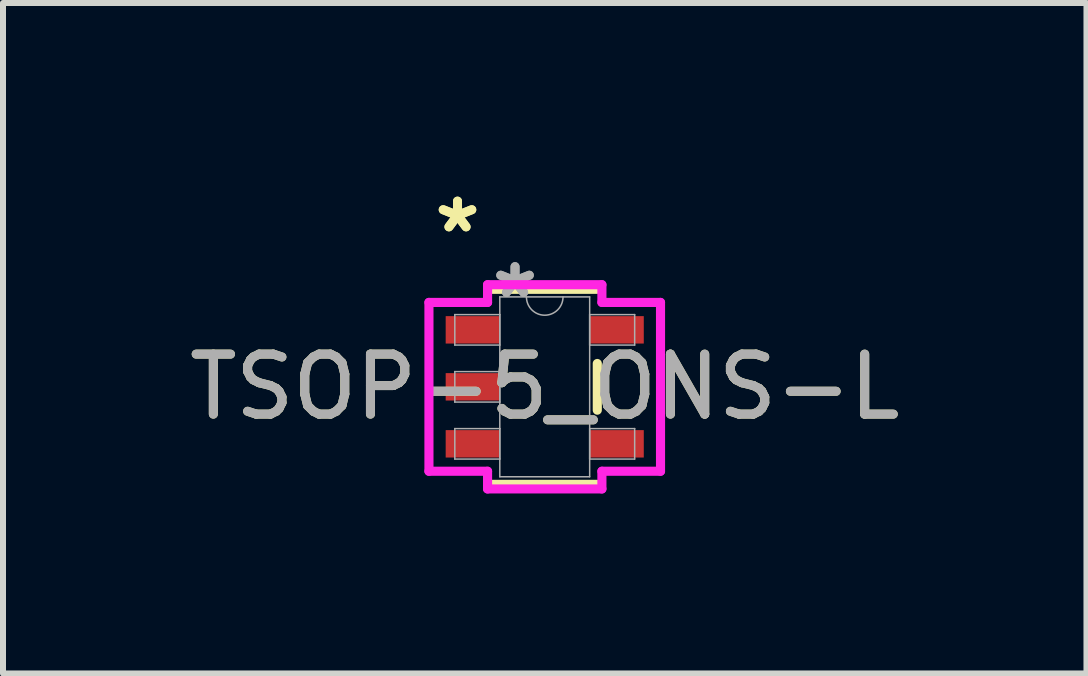
<source format=kicad_pcb>
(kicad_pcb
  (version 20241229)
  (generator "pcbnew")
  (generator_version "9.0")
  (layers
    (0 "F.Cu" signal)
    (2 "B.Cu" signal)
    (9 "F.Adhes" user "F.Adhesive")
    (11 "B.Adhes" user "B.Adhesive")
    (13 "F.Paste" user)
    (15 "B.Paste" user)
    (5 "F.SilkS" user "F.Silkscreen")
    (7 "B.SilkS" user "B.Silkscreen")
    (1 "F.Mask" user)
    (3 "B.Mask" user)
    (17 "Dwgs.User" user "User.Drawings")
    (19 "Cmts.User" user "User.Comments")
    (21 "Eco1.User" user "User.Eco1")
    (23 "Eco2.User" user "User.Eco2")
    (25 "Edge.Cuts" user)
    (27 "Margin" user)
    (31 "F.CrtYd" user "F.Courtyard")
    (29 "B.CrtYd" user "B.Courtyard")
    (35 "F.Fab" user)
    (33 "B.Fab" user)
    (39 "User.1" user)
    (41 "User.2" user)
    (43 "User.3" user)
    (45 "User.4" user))
  (footprint "TSOP-5_ONS-L"
    (layer "F.Cu")
    (at 6.03 3.398)
    (property "Reference" "TSOP-5_ONS-L" (at 0 0 0) (unlocked yes) (layer "F.SilkS") (effects (font (size 1 1) (thickness 0.15))))
    (attr smd)
    (fp_line (start -0.876 1.626) (end 0.876 1.626) (stroke (width 0.152) (type solid)) (layer "F.SilkS"))
    (fp_line (start 0.876 -1.626) (end -0.876 -1.626) (stroke (width 0.152) (type solid)) (layer "F.SilkS"))
    (fp_line (start 0.876 0.389) (end 0.876 -0.389) (stroke (width 0.152) (type solid)) (layer "F.SilkS"))
    (fp_line (start -1.93 -1.407) (end -0.953 -1.407) (stroke (width 0.152) (type solid)) (layer "F.CrtYd"))
    (fp_line (start -1.93 1.407) (end -1.93 -1.407) (stroke (width 0.152) (type solid)) (layer "F.CrtYd"))
    (fp_line (start -0.953 -1.702) (end 0.953 -1.702) (stroke (width 0.152) (type solid)) (layer "F.CrtYd"))
    (fp_line (start -0.953 -1.407) (end -0.953 -1.702) (stroke (width 0.152) (type solid)) (layer "F.CrtYd"))
    (fp_line (start -0.953 1.407) (end -1.93 1.407) (stroke (width 0.152) (type solid)) (layer "F.CrtYd"))
    (fp_line (start -0.953 1.702) (end -0.953 1.407) (stroke (width 0.152) (type solid)) (layer "F.CrtYd"))
    (fp_line (start 0.953 -1.702) (end 0.953 -1.407) (stroke (width 0.152) (type solid)) (layer "F.CrtYd"))
    (fp_line (start 0.953 -1.407) (end 1.93 -1.407) (stroke (width 0.152) (type solid)) (layer "F.CrtYd"))
    (fp_line (start 0.953 1.407) (end 0.953 1.702) (stroke (width 0.152) (type solid)) (layer "F.CrtYd"))
    (fp_line (start 0.953 1.702) (end -0.953 1.702) (stroke (width 0.152) (type solid)) (layer "F.CrtYd"))
    (fp_line (start 1.93 -1.407) (end 1.93 1.407) (stroke (width 0.152) (type solid)) (layer "F.CrtYd"))
    (fp_line (start 1.93 1.407) (end 0.953 1.407) (stroke (width 0.152) (type solid)) (layer "F.CrtYd"))
    (fp_line (start -1.499 -1.204) (end -1.499 -0.696) (stroke (width 0.025) (type solid)) (layer "F.Fab"))
    (fp_line (start -1.499 -0.696) (end -0.749 -0.696) (stroke (width 0.025) (type solid)) (layer "F.Fab"))
    (fp_line (start -1.499 -0.254) (end -1.499 0.254) (stroke (width 0.025) (type solid)) (layer "F.Fab"))
    (fp_line (start -1.499 0.254) (end -0.749 0.254) (stroke (width 0.025) (type solid)) (layer "F.Fab"))
    (fp_line (start -1.499 0.696) (end -1.499 1.204) (stroke (width 0.025) (type solid)) (layer "F.Fab"))
    (fp_line (start -1.499 1.204) (end -0.749 1.204) (stroke (width 0.025) (type solid)) (layer "F.Fab"))
    (fp_line (start -0.749 -1.499) (end -0.749 1.499) (stroke (width 0.025) (type solid)) (layer "F.Fab"))
    (fp_line (start -0.749 -1.204) (end -1.499 -1.204) (stroke (width 0.025) (type solid)) (layer "F.Fab"))
    (fp_line (start -0.749 -0.696) (end -0.749 -1.204) (stroke (width 0.025) (type solid)) (layer "F.Fab"))
    (fp_line (start -0.749 -0.254) (end -1.499 -0.254) (stroke (width 0.025) (type solid)) (layer "F.Fab"))
    (fp_line (start -0.749 0.254) (end -0.749 -0.254) (stroke (width 0.025) (type solid)) (layer "F.Fab"))
    (fp_line (start -0.749 0.696) (end -1.499 0.696) (stroke (width 0.025) (type solid)) (layer "F.Fab"))
    (fp_line (start -0.749 1.204) (end -0.749 0.696) (stroke (width 0.025) (type solid)) (layer "F.Fab"))
    (fp_line (start -0.749 1.499) (end 0.749 1.499) (stroke (width 0.025) (type solid)) (layer "F.Fab"))
    (fp_line (start 0.749 -1.499) (end -0.749 -1.499) (stroke (width 0.025) (type solid)) (layer "F.Fab"))
    (fp_line (start 0.749 -1.204) (end 0.749 -0.696) (stroke (width 0.025) (type solid)) (layer "F.Fab"))
    (fp_line (start 0.749 -0.696) (end 1.499 -0.696) (stroke (width 0.025) (type solid)) (layer "F.Fab"))
    (fp_line (start 0.749 0.696) (end 0.749 1.204) (stroke (width 0.025) (type solid)) (layer "F.Fab"))
    (fp_line (start 0.749 1.204) (end 1.499 1.204) (stroke (width 0.025) (type solid)) (layer "F.Fab"))
    (fp_line (start 0.749 1.499) (end 0.749 -1.499) (stroke (width 0.025) (type solid)) (layer "F.Fab"))
    (fp_line (start 1.499 -1.204) (end 0.749 -1.204) (stroke (width 0.025) (type solid)) (layer "F.Fab"))
    (fp_line (start 1.499 -0.696) (end 1.499 -1.204) (stroke (width 0.025) (type solid)) (layer "F.Fab"))
    (fp_line (start 1.499 0.696) (end 0.749 0.696) (stroke (width 0.025) (type solid)) (layer "F.Fab"))
    (fp_line (start 1.499 1.204) (end 1.499 0.696) (stroke (width 0.025) (type solid)) (layer "F.Fab"))
    (fp_arc (start 0.3048 -1.4986) (mid 0 -1.1938) (end -0.3048 -1.4986) (stroke (width 0.0254) (type solid)) (layer "F.Fab"))
    (fp_text user "*" (at -1.454 -2.55 0) (unlocked yes) (layer "F.SilkS") (effects (font (size 1 1) (thickness 0.15))))
    (fp_text user "*" (at -1.454 -2.55 0) (layer "F.SilkS") (effects (font (size 1 1) (thickness 0.15))))
    (fp_text user "${REFERENCE}" (at 0 0 0) (unlocked yes) (layer "F.Fab") (effects (font (size 1 1) (thickness 0.15))))
    (fp_text user "*" (at -0.495 -1.458 0) (layer "F.Fab") (effects (font (size 1 1) (thickness 0.15))))
    (fp_text user "*" (at -0.495 -1.458 0) (unlocked yes) (layer "F.Fab") (effects (font (size 1 1) (thickness 0.15))))
    (pad "1" smd rect (at -1.2 -0.95) (size 0.902 0.457) (layers "F.Cu" "F.Mask" "F.Paste"))
    (pad "2" smd rect (at -1.2 0) (size 0.902 0.457) (layers "F.Cu" "F.Mask" "F.Paste"))
    (pad "3" smd rect (at -1.2 0.95) (size 0.902 0.457) (layers "F.Cu" "F.Mask" "F.Paste"))
    (pad "4" smd rect (at 1.2 0.95) (size 0.902 0.457) (layers "F.Cu" "F.Mask" "F.Paste"))
    (pad "5" smd rect (at 1.2 -0.95) (size 0.902 0.457) (layers "F.Cu" "F.Mask" "F.Paste")))
  (gr_rect
    (start -3 -3)
    (end 15.06 8.176)
    (stroke (width 0.1) (type default))
    (fill no)
    (layer "Edge.Cuts")))
</source>
